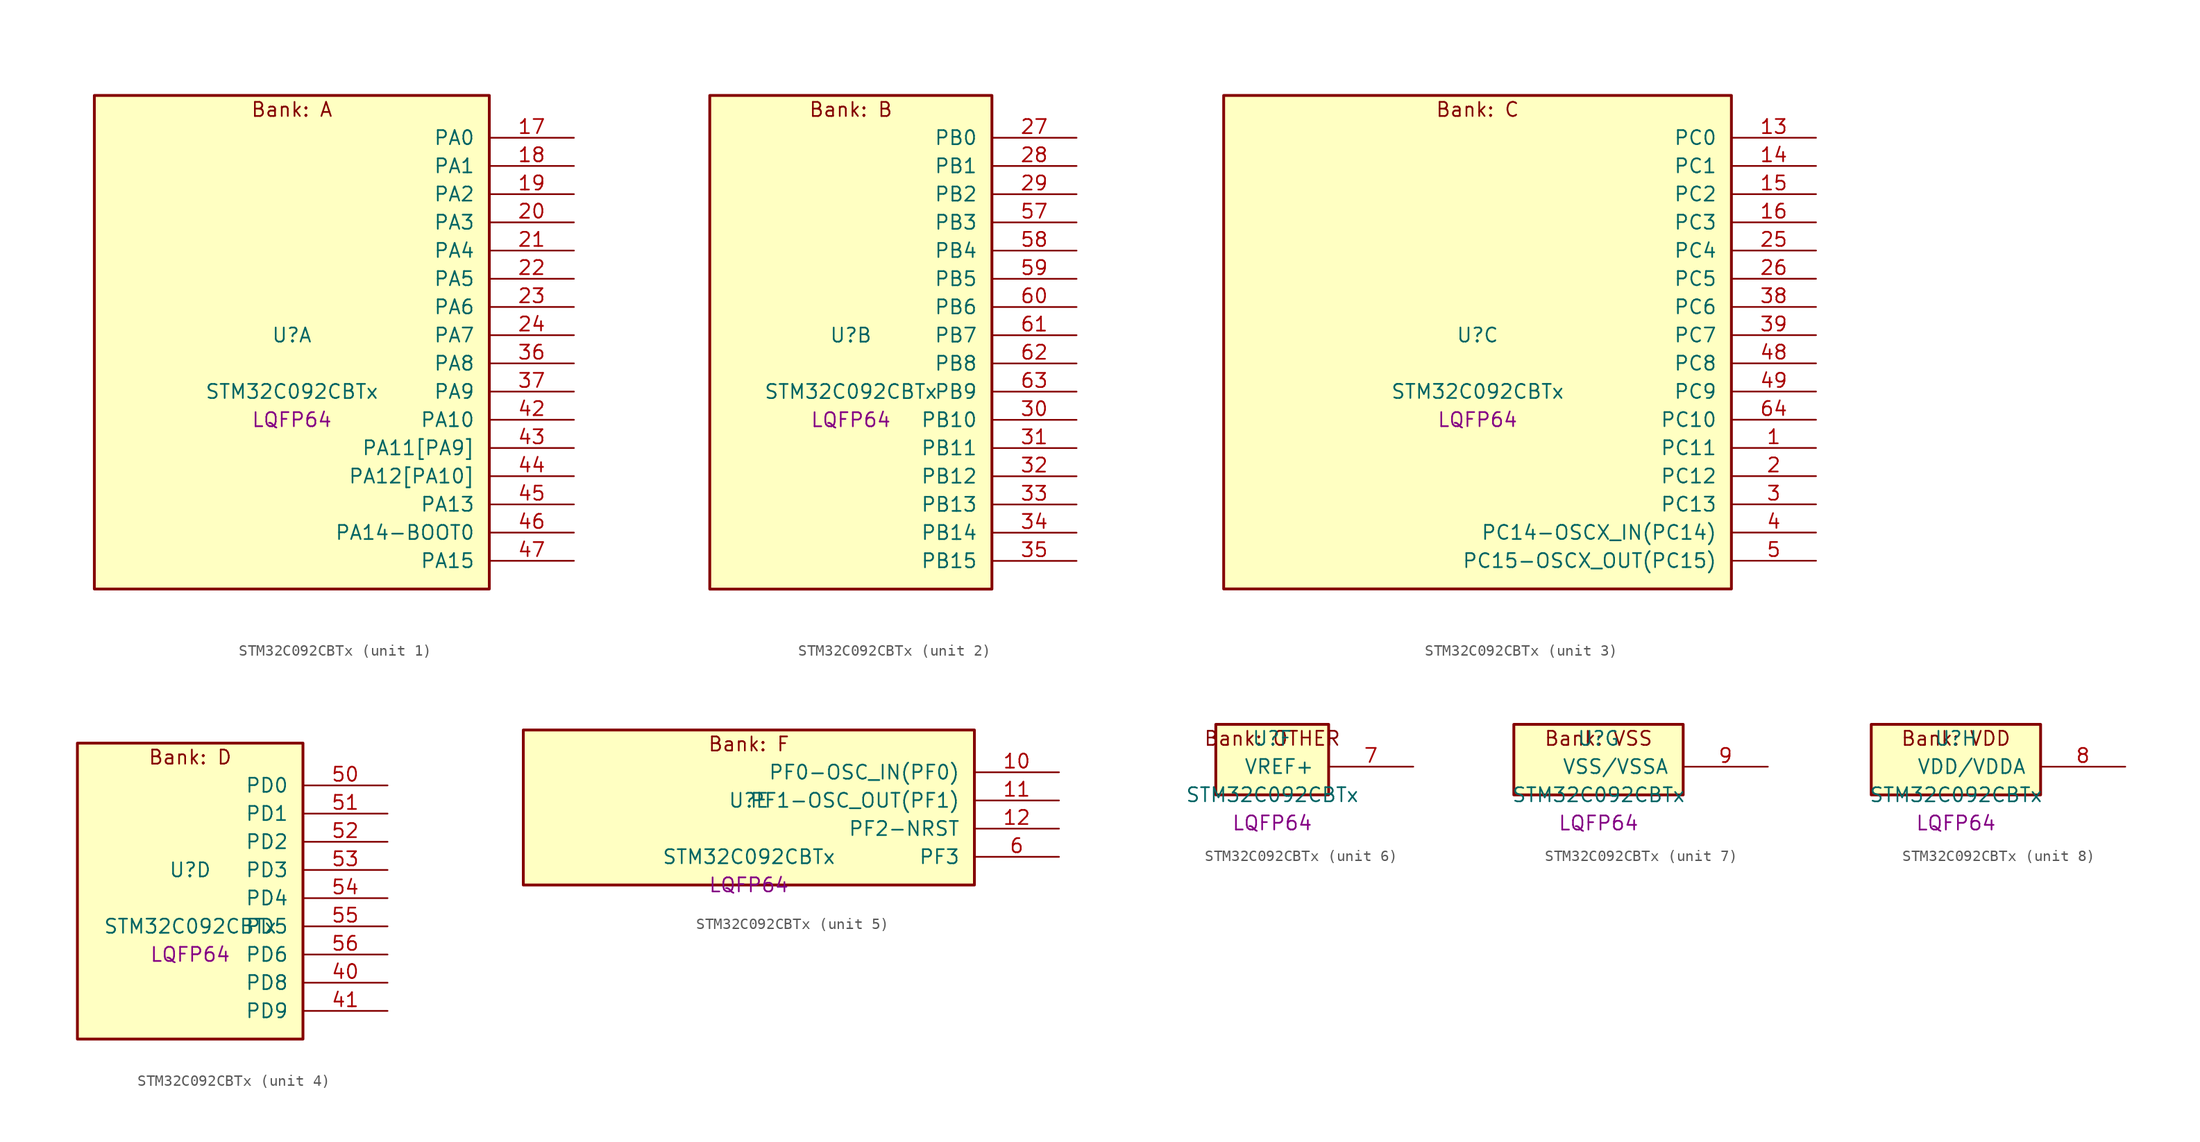
<source format=kicad_sym>
(kicad_symbol_lib
  (version 20241209)
  (generator "stm32_pkl_generator")
  (generator_version "1.0")
  (symbol "STM32C092CBTx"
    (pin_names
      (offset 1.27))
    (property "Reference" "U"
      (at 0 2.54 0))
    (property "Value" "STM32C092CBTx"
      (at 0 -2.54 0))
    (property "Footprint" "LQFP64"
      (at 0 -5.08 0))
    (symbol "STM32C092CBTx_1_1"
      (rectangle (start -17.78 24.13) (end 17.78 -20.32) (stroke (width 0.254) (type solid)) (fill (type background)))
      (text "Bank: A" (at 0 22.86 0))
      (pin bidirectional line (at 25.4 20.32 180) (length 7.62) (name "PA0") (number "17") (alternate "PA0/ADC1_IN0" bidirectional line) (alternate "PA0/PWR_WKUP1" bidirectional line) (alternate "PA0/SPI2_SCK" bidirectional line) (alternate "PA0/TIM16_CH1" bidirectional line) (alternate "PA0/TIM1_CH1" bidirectional line) (alternate "PA0/TIM2_CH1" bidirectional line) (alternate "PA0/TIM2_ETR" bidirectional line) (alternate "PA0/USART1_TX" bidirectional line) (alternate "PA0/USART2_CTS" bidirectional line) (alternate "PA0/USART2_NSS" bidirectional line) (alternate "PA0/USART4_TX" bidirectional line))
      (pin bidirectional line (at 25.4 17.78 180) (length 7.62) (name "PA1") (number "18") (alternate "PA1/ADC1_IN1" bidirectional line) (alternate "PA1/I2C1_SMBA" bidirectional line) (alternate "PA1/I2S1_CK" bidirectional line) (alternate "PA1/SPI1_SCK" bidirectional line) (alternate "PA1/TIM15_CH1N" bidirectional line) (alternate "PA1/TIM17_CH1" bidirectional line) (alternate "PA1/TIM1_CH2" bidirectional line) (alternate "PA1/TIM2_CH2" bidirectional line) (alternate "PA1/USART1_RX" bidirectional line) (alternate "PA1/USART2_CK" bidirectional line) (alternate "PA1/USART2_DE" bidirectional line) (alternate "PA1/USART2_RTS" bidirectional line) (alternate "PA1/USART4_RX" bidirectional line))
      (pin bidirectional line (at 25.4 15.24 180) (length 7.62) (name "PA2") (number "19") (alternate "PA2/ADC1_IN2" bidirectional line) (alternate "PA2/I2S1_SD" bidirectional line) (alternate "PA2/PWR_WKUP4" bidirectional line) (alternate "PA2/RCC_LSCO" bidirectional line) (alternate "PA2/SPI1_MOSI" bidirectional line) (alternate "PA2/TIM15_CH1" bidirectional line) (alternate "PA2/TIM16_CH1N" bidirectional line) (alternate "PA2/TIM1_CH3" bidirectional line) (alternate "PA2/TIM2_CH3" bidirectional line) (alternate "PA2/TIM3_ETR" bidirectional line) (alternate "PA2/USART2_TX" bidirectional line))
      (pin bidirectional line (at 25.4 12.7 180) (length 7.62) (name "PA3") (number "20") (alternate "PA3/ADC1_IN3" bidirectional line) (alternate "PA3/SPI2_MISO" bidirectional line) (alternate "PA3/TIM15_CH2" bidirectional line) (alternate "PA3/TIM1_CH1N" bidirectional line) (alternate "PA3/TIM1_CH4" bidirectional line) (alternate "PA3/TIM2_CH4" bidirectional line) (alternate "PA3/USART2_RX" bidirectional line))
      (pin bidirectional line (at 25.4 10.16 180) (length 7.62) (name "PA4") (number "21") (alternate "PA4/ADC1_IN4" bidirectional line) (alternate "PA4/I2S1_WS" bidirectional line) (alternate "PA4/RTC_OUT2" bidirectional line) (alternate "PA4/SPI1_NSS" bidirectional line) (alternate "PA4/SPI2_MOSI" bidirectional line) (alternate "PA4/TIM14_CH1" bidirectional line) (alternate "PA4/TIM17_CH1N" bidirectional line) (alternate "PA4/TIM1_CH2N" bidirectional line) (alternate "PA4/USART2_TX" bidirectional line))
      (pin bidirectional line (at 25.4 7.62 180) (length 7.62) (name "PA5") (number "22") (alternate "PA5/ADC1_IN5" bidirectional line) (alternate "PA5/I2S1_CK" bidirectional line) (alternate "PA5/SPI1_SCK" bidirectional line) (alternate "PA5/TIM1_CH1" bidirectional line) (alternate "PA5/TIM1_CH3N" bidirectional line) (alternate "PA5/TIM2_CH1" bidirectional line) (alternate "PA5/TIM2_ETR" bidirectional line) (alternate "PA5/USART2_RX" bidirectional line) (alternate "PA5/USART3_TX" bidirectional line))
      (pin bidirectional line (at 25.4 5.08 180) (length 7.62) (name "PA6") (number "23") (alternate "PA6/ADC1_IN6" bidirectional line) (alternate "PA6/I2C2_SDA" bidirectional line) (alternate "PA6/I2S1_MCK" bidirectional line) (alternate "PA6/SPI1_MISO" bidirectional line) (alternate "PA6/TIM16_CH1" bidirectional line) (alternate "PA6/TIM1_BKIN" bidirectional line) (alternate "PA6/TIM3_CH1" bidirectional line) (alternate "PA6/USART3_CTS" bidirectional line) (alternate "PA6/USART3_NSS" bidirectional line))
      (pin bidirectional line (at 25.4 2.54 180) (length 7.62) (name "PA7") (number "24") (alternate "PA7/ADC1_IN7" bidirectional line) (alternate "PA7/I2C2_SCL" bidirectional line) (alternate "PA7/I2S1_SD" bidirectional line) (alternate "PA7/SPI1_MOSI" bidirectional line) (alternate "PA7/TIM14_CH1" bidirectional line) (alternate "PA7/TIM17_CH1" bidirectional line) (alternate "PA7/TIM1_CH1N" bidirectional line) (alternate "PA7/TIM3_CH2" bidirectional line))
      (pin bidirectional line (at 25.4 0 180) (length 7.62) (name "PA8") (number "36") (alternate "PA8/ADC1_IN8" bidirectional line) (alternate "PA8/I2S1_WS" bidirectional line) (alternate "PA8/RCC_MCO" bidirectional line) (alternate "PA8/RCC_MCO_2" bidirectional line) (alternate "PA8/SPI1_NSS" bidirectional line) (alternate "PA8/SPI2_MISO" bidirectional line) (alternate "PA8/SPI2_NSS" bidirectional line) (alternate "PA8/TIM14_CH1" bidirectional line) (alternate "PA8/TIM1_CH1" bidirectional line) (alternate "PA8/TIM1_CH2N" bidirectional line) (alternate "PA8/TIM1_CH3N" bidirectional line) (alternate "PA8/TIM3_CH3" bidirectional line) (alternate "PA8/TIM3_CH4" bidirectional line) (alternate "PA8/USART1_RX" bidirectional line) (alternate "PA8/USART2_TX" bidirectional line))
      (pin bidirectional line (at 25.4 -2.54 180) (length 7.62) (name "PA9") (number "37") (alternate "PA9/I2C1_SCL" bidirectional line) (alternate "PA9/I2C2_SCL" bidirectional line) (alternate "PA9/RCC_MCO" bidirectional line) (alternate "PA9/SPI2_MISO" bidirectional line) (alternate "PA9/TIM15_BKIN" bidirectional line) (alternate "PA9/TIM1_CH2" bidirectional line) (alternate "PA9/TIM3_ETR" bidirectional line) (alternate "PA9/USART1_TX" bidirectional line) (alternate "PA9/NC" bidirectional line))
      (pin bidirectional line (at 25.4 -5.08 180) (length 7.62) (name "PA10") (number "42") (alternate "PA10/I2C1_SDA" bidirectional line) (alternate "PA10/I2C2_SDA" bidirectional line) (alternate "PA10/RCC_MCO_2" bidirectional line) (alternate "PA10/SPI2_MOSI" bidirectional line) (alternate "PA10/TIM17_BKIN" bidirectional line) (alternate "PA10/TIM1_CH3" bidirectional line) (alternate "PA10/USART1_RX" bidirectional line) (alternate "PA10/NC" bidirectional line))
      (pin bidirectional line (at 25.4 -7.62 180) (length 7.62) (name "PA11[PA9]") (number "43") (alternate "PA11[PA9]/ADC1_EXTI11" bidirectional line) (alternate "PA11[PA9]/FDCAN1_RX" bidirectional line) (alternate "PA11[PA9]/I2C2_SCL" bidirectional line) (alternate "PA11[PA9]/I2S1_MCK" bidirectional line) (alternate "PA11[PA9]/SPI1_MISO" bidirectional line) (alternate "PA11[PA9]/TIM1_BKIN2" bidirectional line) (alternate "PA11[PA9]/TIM1_CH4" bidirectional line) (alternate "PA11[PA9]/USART1_CTS" bidirectional line) (alternate "PA11[PA9]/USART1_NSS" bidirectional line) (alternate "PA11[PA9]/PA9[PA11]" bidirectional line) (alternate "PA11[PA9]/I2C1_SCL" bidirectional line) (alternate "PA11[PA9]/RCC_MCO" bidirectional line) (alternate "PA11[PA9]/SPI2_MISO" bidirectional line) (alternate "PA11[PA9]/TIM15_BKIN" bidirectional line) (alternate "PA11[PA9]/TIM1_CH2" bidirectional line) (alternate "PA11[PA9]/TIM3_ETR" bidirectional line) (alternate "PA11[PA9]/USART1_TX" bidirectional line))
      (pin bidirectional line (at 25.4 -10.16 180) (length 7.62) (name "PA12[PA10]") (number "44") (alternate "PA12[PA10]/FDCAN1_TX" bidirectional line) (alternate "PA12[PA10]/I2C2_SDA" bidirectional line) (alternate "PA12[PA10]/I2S1_SD" bidirectional line) (alternate "PA12[PA10]/I2S_CKIN" bidirectional line) (alternate "PA12[PA10]/SPI1_MOSI" bidirectional line) (alternate "PA12[PA10]/TIM1_ETR" bidirectional line) (alternate "PA12[PA10]/USART1_CK" bidirectional line) (alternate "PA12[PA10]/USART1_DE" bidirectional line) (alternate "PA12[PA10]/USART1_RTS" bidirectional line) (alternate "PA12[PA10]/PA10[PA12]" bidirectional line) (alternate "PA12[PA10]/I2C1_SDA" bidirectional line) (alternate "PA12[PA10]/RCC_MCO_2" bidirectional line) (alternate "PA12[PA10]/SPI2_MOSI" bidirectional line) (alternate "PA12[PA10]/TIM17_BKIN" bidirectional line) (alternate "PA12[PA10]/TIM1_CH3" bidirectional line) (alternate "PA12[PA10]/USART1_RX" bidirectional line))
      (pin bidirectional line (at 25.4 -12.7 180) (length 7.62) (name "PA13") (number "45") (alternate "PA13/ADC1_IN13" bidirectional line) (alternate "PA13/DEBUG_SWDIO" bidirectional line) (alternate "PA13/IR_OUT" bidirectional line) (alternate "PA13/TIM3_ETR" bidirectional line) (alternate "PA13/USART2_RX" bidirectional line))
      (pin bidirectional line (at 25.4 -15.24 180) (length 7.62) (name "PA14-BOOT0") (number "46") (alternate "PA14-BOOT0/ADC1_IN14" bidirectional line) (alternate "PA14-BOOT0/BOOT0" bidirectional line) (alternate "PA14-BOOT0/DEBUG_SWCLK" bidirectional line) (alternate "PA14-BOOT0/I2S1_WS" bidirectional line) (alternate "PA14-BOOT0/RCC_MCO_2" bidirectional line) (alternate "PA14-BOOT0/SPI1_NSS" bidirectional line) (alternate "PA14-BOOT0/TIM1_CH1" bidirectional line) (alternate "PA14-BOOT0/USART1_CK" bidirectional line) (alternate "PA14-BOOT0/USART1_DE" bidirectional line) (alternate "PA14-BOOT0/USART1_RTS" bidirectional line) (alternate "PA14-BOOT0/USART2_RX" bidirectional line) (alternate "PA14-BOOT0/USART2_TX" bidirectional line))
      (pin bidirectional line (at 25.4 -17.78 180) (length 7.62) (name "PA15") (number "47") (alternate "PA15/I2S1_WS" bidirectional line) (alternate "PA15/RCC_MCO_2" bidirectional line) (alternate "PA15/SPI1_NSS" bidirectional line) (alternate "PA15/TIM1_CH1" bidirectional line) (alternate "PA15/TIM2_CH1" bidirectional line) (alternate "PA15/TIM2_ETR" bidirectional line) (alternate "PA15/USART1_CK" bidirectional line) (alternate "PA15/USART1_DE" bidirectional line) (alternate "PA15/USART1_RTS" bidirectional line) (alternate "PA15/USART2_RX" bidirectional line) (alternate "PA15/USART3_CK" bidirectional line) (alternate "PA15/USART3_DE" bidirectional line) (alternate "PA15/USART3_RTS" bidirectional line) (alternate "PA15/USART4_CK" bidirectional line) (alternate "PA15/USART4_DE" bidirectional line) (alternate "PA15/USART4_RTS" bidirectional line)))
    (symbol "STM32C092CBTx_2_1"
      (rectangle (start -12.7 24.13) (end 12.7 -20.32) (stroke (width 0.254) (type solid)) (fill (type background)))
      (text "Bank: B" (at 0 22.86 0))
      (pin bidirectional line (at 20.32 20.32 180) (length 7.62) (name "PB0") (number "27") (alternate "PB0/ADC1_IN17" bidirectional line) (alternate "PB0/FDCAN1_RX" bidirectional line) (alternate "PB0/I2S1_WS" bidirectional line) (alternate "PB0/SPI1_NSS" bidirectional line) (alternate "PB0/TIM1_CH2N" bidirectional line) (alternate "PB0/TIM3_CH3" bidirectional line) (alternate "PB0/USART3_RX" bidirectional line))
      (pin bidirectional line (at 20.32 17.78 180) (length 7.62) (name "PB1") (number "28") (alternate "PB1/ADC1_IN18" bidirectional line) (alternate "PB1/FDCAN1_TX" bidirectional line) (alternate "PB1/TIM14_CH1" bidirectional line) (alternate "PB1/TIM1_CH2N" bidirectional line) (alternate "PB1/TIM1_CH3N" bidirectional line) (alternate "PB1/TIM3_CH4" bidirectional line) (alternate "PB1/USART3_CK" bidirectional line) (alternate "PB1/USART3_DE" bidirectional line) (alternate "PB1/USART3_RTS" bidirectional line))
      (pin bidirectional line (at 20.32 15.24 180) (length 7.62) (name "PB2") (number "29") (alternate "PB2/ADC1_IN19" bidirectional line) (alternate "PB2/RCC_MCO_2" bidirectional line) (alternate "PB2/SPI2_MISO" bidirectional line) (alternate "PB2/USART1_RX" bidirectional line) (alternate "PB2/USART3_TX" bidirectional line))
      (pin bidirectional line (at 20.32 12.7 180) (length 7.62) (name "PB3") (number "57") (alternate "PB3/I2C2_SCL" bidirectional line) (alternate "PB3/I2S1_CK" bidirectional line) (alternate "PB3/SPI1_SCK" bidirectional line) (alternate "PB3/TIM1_CH2" bidirectional line) (alternate "PB3/TIM2_CH2" bidirectional line) (alternate "PB3/TIM3_CH2" bidirectional line) (alternate "PB3/USART1_CK" bidirectional line) (alternate "PB3/USART1_DE" bidirectional line) (alternate "PB3/USART1_RTS" bidirectional line))
      (pin bidirectional line (at 20.32 10.16 180) (length 7.62) (name "PB4") (number "58") (alternate "PB4/I2C2_SDA" bidirectional line) (alternate "PB4/I2S1_MCK" bidirectional line) (alternate "PB4/SPI1_MISO" bidirectional line) (alternate "PB4/TIM17_BKIN" bidirectional line) (alternate "PB4/TIM3_CH1" bidirectional line) (alternate "PB4/USART1_CTS" bidirectional line) (alternate "PB4/USART1_NSS" bidirectional line))
      (pin bidirectional line (at 20.32 7.62 180) (length 7.62) (name "PB5") (number "59") (alternate "PB5/FDCAN1_RX" bidirectional line) (alternate "PB5/I2C1_SMBA" bidirectional line) (alternate "PB5/I2S1_SD" bidirectional line) (alternate "PB5/PWR_WKUP6" bidirectional line) (alternate "PB5/SPI1_MOSI" bidirectional line) (alternate "PB5/TIM16_BKIN" bidirectional line) (alternate "PB5/TIM3_CH2" bidirectional line) (alternate "PB5/TIM3_CH3" bidirectional line))
      (pin bidirectional line (at 20.32 5.08 180) (length 7.62) (name "PB6") (number "60") (alternate "PB6/FDCAN1_TX" bidirectional line) (alternate "PB6/I2C1_SCL" bidirectional line) (alternate "PB6/I2C1_SMBA" bidirectional line) (alternate "PB6/I2S1_CK" bidirectional line) (alternate "PB6/I2S1_MCK" bidirectional line) (alternate "PB6/I2S1_SD" bidirectional line) (alternate "PB6/PWR_WKUP3" bidirectional line) (alternate "PB6/SPI1_MISO" bidirectional line) (alternate "PB6/SPI1_MOSI" bidirectional line) (alternate "PB6/SPI1_SCK" bidirectional line) (alternate "PB6/SPI2_MISO" bidirectional line) (alternate "PB6/TIM16_BKIN" bidirectional line) (alternate "PB6/TIM16_CH1N" bidirectional line) (alternate "PB6/TIM1_CH2" bidirectional line) (alternate "PB6/TIM1_CH3" bidirectional line) (alternate "PB6/TIM3_CH1" bidirectional line) (alternate "PB6/TIM3_CH2" bidirectional line) (alternate "PB6/TIM3_CH3" bidirectional line) (alternate "PB6/USART1_CTS" bidirectional line) (alternate "PB6/USART1_NSS" bidirectional line) (alternate "PB6/USART1_TX" bidirectional line))
      (pin bidirectional line (at 20.32 2.54 180) (length 7.62) (name "PB7") (number "61") (alternate "PB7/I2C1_SCL" bidirectional line) (alternate "PB7/I2C1_SDA" bidirectional line) (alternate "PB7/SPI2_MOSI" bidirectional line) (alternate "PB7/TIM16_CH1" bidirectional line) (alternate "PB7/TIM17_CH1N" bidirectional line) (alternate "PB7/TIM1_CH4" bidirectional line) (alternate "PB7/TIM3_CH1" bidirectional line) (alternate "PB7/TIM3_CH4" bidirectional line) (alternate "PB7/USART1_RX" bidirectional line) (alternate "PB7/USART2_CTS" bidirectional line) (alternate "PB7/USART2_NSS" bidirectional line) (alternate "PB7/USART4_CTS" bidirectional line) (alternate "PB7/USART4_NSS" bidirectional line))
      (pin bidirectional line (at 20.32 0 180) (length 7.62) (name "PB8") (number "62") (alternate "PB8/FDCAN1_RX" bidirectional line) (alternate "PB8/I2C1_SCL" bidirectional line) (alternate "PB8/SPI2_SCK" bidirectional line) (alternate "PB8/TIM15_BKIN" bidirectional line) (alternate "PB8/TIM16_CH1" bidirectional line) (alternate "PB8/TIM3_CH1" bidirectional line) (alternate "PB8/USART2_CTS" bidirectional line) (alternate "PB8/USART2_NSS" bidirectional line) (alternate "PB8/USART3_TX" bidirectional line))
      (pin bidirectional line (at 20.32 -2.54 180) (length 7.62) (name "PB9") (number "63") (alternate "PB9/FDCAN1_TX" bidirectional line) (alternate "PB9/I2C1_SDA" bidirectional line) (alternate "PB9/IR_OUT" bidirectional line) (alternate "PB9/SPI2_NSS" bidirectional line) (alternate "PB9/TIM17_CH1" bidirectional line) (alternate "PB9/TIM3_CH2" bidirectional line) (alternate "PB9/USART2_CK" bidirectional line) (alternate "PB9/USART2_DE" bidirectional line) (alternate "PB9/USART2_RTS" bidirectional line) (alternate "PB9/USART3_RX" bidirectional line))
      (pin bidirectional line (at 20.32 -5.08 180) (length 7.62) (name "PB10") (number "30") (alternate "PB10/ADC1_IN20" bidirectional line) (alternate "PB10/I2C2_SCL" bidirectional line) (alternate "PB10/SPI2_SCK" bidirectional line) (alternate "PB10/TIM2_CH3" bidirectional line) (alternate "PB10/USART3_TX" bidirectional line))
      (pin bidirectional line (at 20.32 -7.62 180) (length 7.62) (name "PB11") (number "31") (alternate "PB11/ADC1_EXTI11" bidirectional line) (alternate "PB11/ADC1_IN21" bidirectional line) (alternate "PB11/I2C2_SDA" bidirectional line) (alternate "PB11/SPI2_MOSI" bidirectional line) (alternate "PB11/TIM2_CH4" bidirectional line) (alternate "PB11/USART3_RX" bidirectional line))
      (pin bidirectional line (at 20.32 -10.16 180) (length 7.62) (name "PB12") (number "32") (alternate "PB12/ADC1_IN22" bidirectional line) (alternate "PB12/FDCAN1_RX" bidirectional line) (alternate "PB12/SPI2_NSS" bidirectional line) (alternate "PB12/TIM15_BKIN" bidirectional line) (alternate "PB12/TIM1_BKIN" bidirectional line) (alternate "PB12/TIM1_BKIN2" bidirectional line))
      (pin bidirectional line (at 20.32 -12.7 180) (length 7.62) (name "PB13") (number "33") (alternate "PB13/FDCAN1_TX" bidirectional line) (alternate "PB13/I2C2_SCL" bidirectional line) (alternate "PB13/SPI2_SCK" bidirectional line) (alternate "PB13/TIM15_CH1N" bidirectional line) (alternate "PB13/TIM1_CH1N" bidirectional line) (alternate "PB13/USART3_CTS" bidirectional line) (alternate "PB13/USART3_NSS" bidirectional line))
      (pin bidirectional line (at 20.32 -15.24 180) (length 7.62) (name "PB14") (number "34") (alternate "PB14/I2C2_SDA" bidirectional line) (alternate "PB14/SPI2_MISO" bidirectional line) (alternate "PB14/TIM15_CH1" bidirectional line) (alternate "PB14/TIM1_CH2N" bidirectional line) (alternate "PB14/USART3_CK" bidirectional line) (alternate "PB14/USART3_DE" bidirectional line) (alternate "PB14/USART3_RTS" bidirectional line))
      (pin bidirectional line (at 20.32 -17.78 180) (length 7.62) (name "PB15") (number "35") (alternate "PB15/RTC_REFIN" bidirectional line) (alternate "PB15/SPI2_MOSI" bidirectional line) (alternate "PB15/TIM15_CH1N" bidirectional line) (alternate "PB15/TIM15_CH2" bidirectional line) (alternate "PB15/TIM1_CH3N" bidirectional line)))
    (symbol "STM32C092CBTx_3_1"
      (rectangle (start -22.86 24.13) (end 22.86 -20.32) (stroke (width 0.254) (type solid)) (fill (type background)))
      (text "Bank: C" (at 0 22.86 0))
      (pin bidirectional line (at 30.48 20.32 180) (length 7.62) (name "PC0") (number "13") (alternate "PC0/USART3_TX" bidirectional line) (alternate "PC0/USART4_RX" bidirectional line))
      (pin bidirectional line (at 30.48 17.78 180) (length 7.62) (name "PC1") (number "14") (alternate "PC1/TIM15_CH1" bidirectional line) (alternate "PC1/USART3_RX" bidirectional line) (alternate "PC1/USART4_TX" bidirectional line))
      (pin bidirectional line (at 30.48 15.24 180) (length 7.62) (name "PC2") (number "15") (alternate "PC2/FDCAN1_RX" bidirectional line) (alternate "PC2/SPI2_MISO" bidirectional line) (alternate "PC2/TIM15_CH2" bidirectional line))
      (pin bidirectional line (at 30.48 12.7 180) (length 7.62) (name "PC3") (number "16") (alternate "PC3/FDCAN1_TX" bidirectional line) (alternate "PC3/SPI2_MOSI" bidirectional line))
      (pin bidirectional line (at 30.48 10.16 180) (length 7.62) (name "PC4") (number "25") (alternate "PC4/ADC1_IN11" bidirectional line) (alternate "PC4/FDCAN1_RX" bidirectional line) (alternate "PC4/TIM2_CH1" bidirectional line) (alternate "PC4/TIM2_ETR" bidirectional line) (alternate "PC4/USART1_TX" bidirectional line) (alternate "PC4/USART3_TX" bidirectional line))
      (pin bidirectional line (at 30.48 7.62 180) (length 7.62) (name "PC5") (number "26") (alternate "PC5/ADC1_IN12" bidirectional line) (alternate "PC5/FDCAN1_TX" bidirectional line) (alternate "PC5/PWR_WKUP5" bidirectional line) (alternate "PC5/TIM2_CH2" bidirectional line) (alternate "PC5/USART1_RX" bidirectional line) (alternate "PC5/USART3_RX" bidirectional line))
      (pin bidirectional line (at 30.48 5.08 180) (length 7.62) (name "PC6") (number "38") (alternate "PC6/TIM2_CH3" bidirectional line) (alternate "PC6/TIM3_CH1" bidirectional line))
      (pin bidirectional line (at 30.48 2.54 180) (length 7.62) (name "PC7") (number "39") (alternate "PC7/TIM2_CH4" bidirectional line) (alternate "PC7/TIM3_CH2" bidirectional line))
      (pin bidirectional line (at 30.48 0 180) (length 7.62) (name "PC8") (number "48") (alternate "PC8/TIM1_CH1" bidirectional line) (alternate "PC8/TIM3_CH3" bidirectional line))
      (pin bidirectional line (at 30.48 -2.54 180) (length 7.62) (name "PC9") (number "49") (alternate "PC9/I2S_CKIN" bidirectional line) (alternate "PC9/TIM1_CH2" bidirectional line) (alternate "PC9/TIM3_CH4" bidirectional line))
      (pin bidirectional line (at 30.48 -5.08 180) (length 7.62) (name "PC10") (number "64") (alternate "PC10/TIM1_CH3" bidirectional line) (alternate "PC10/USART3_TX" bidirectional line) (alternate "PC10/USART4_TX" bidirectional line))
      (pin bidirectional line (at 30.48 -7.62 180) (length 7.62) (name "PC11") (number "1") (alternate "PC11/ADC1_EXTI11" bidirectional line) (alternate "PC11/TIM1_CH4" bidirectional line) (alternate "PC11/USART3_RX" bidirectional line) (alternate "PC11/USART4_RX" bidirectional line))
      (pin bidirectional line (at 30.48 -10.16 180) (length 7.62) (name "PC12") (number "2") (alternate "PC12/TIM14_CH1" bidirectional line))
      (pin bidirectional line (at 30.48 -12.7 180) (length 7.62) (name "PC13") (number "3") (alternate "PC13/PWR_WKUP2" bidirectional line) (alternate "PC13/RTC_OUT1" bidirectional line) (alternate "PC13/RTC_TS" bidirectional line) (alternate "PC13/TIM1_BKIN" bidirectional line) (alternate "PC13/TIM1_ETR" bidirectional line))
      (pin bidirectional line (at 30.48 -15.24 180) (length 7.62) (name "PC14-OSCX_IN(PC14)") (number "4") (alternate "PC14-OSCX_IN(PC14)/FDCAN1_TX" bidirectional line) (alternate "PC14-OSCX_IN(PC14)/I2C1_SDA" bidirectional line) (alternate "PC14-OSCX_IN(PC14)/IR_OUT" bidirectional line) (alternate "PC14-OSCX_IN(PC14)/RCC_OSCX_IN" bidirectional line) (alternate "PC14-OSCX_IN(PC14)/SPI2_NSS" bidirectional line) (alternate "PC14-OSCX_IN(PC14)/TIM17_CH1" bidirectional line) (alternate "PC14-OSCX_IN(PC14)/TIM1_BKIN2" bidirectional line) (alternate "PC14-OSCX_IN(PC14)/TIM1_ETR" bidirectional line) (alternate "PC14-OSCX_IN(PC14)/TIM3_CH2" bidirectional line) (alternate "PC14-OSCX_IN(PC14)/USART1_TX" bidirectional line) (alternate "PC14-OSCX_IN(PC14)/USART2_CK" bidirectional line) (alternate "PC14-OSCX_IN(PC14)/USART2_DE" bidirectional line) (alternate "PC14-OSCX_IN(PC14)/USART2_RTS" bidirectional line) (alternate "PC14-OSCX_IN(PC14)/USART3_TX" bidirectional line))
      (pin bidirectional line (at 30.48 -17.78 180) (length 7.62) (name "PC15-OSCX_OUT(PC15)") (number "5") (alternate "PC15-OSCX_OUT(PC15)/RCC_OSC32_EN" bidirectional line) (alternate "PC15-OSCX_OUT(PC15)/RCC_OSCX_OUT" bidirectional line) (alternate "PC15-OSCX_OUT(PC15)/RCC_OSC_EN" bidirectional line) (alternate "PC15-OSCX_OUT(PC15)/TIM15_BKIN" bidirectional line) (alternate "PC15-OSCX_OUT(PC15)/TIM1_ETR" bidirectional line) (alternate "PC15-OSCX_OUT(PC15)/TIM3_CH3" bidirectional line)))
    (symbol "STM32C092CBTx_4_1"
      (rectangle (start -10.16 13.97) (end 10.16 -12.7) (stroke (width 0.254) (type solid)) (fill (type background)))
      (text "Bank: D" (at 0 12.7 0))
      (pin bidirectional line (at 17.78 10.16 180) (length 7.62) (name "PD0") (number "50") (alternate "PD0/FDCAN1_RX" bidirectional line) (alternate "PD0/SPI2_NSS" bidirectional line) (alternate "PD0/TIM16_CH1" bidirectional line))
      (pin bidirectional line (at 17.78 7.62 180) (length 7.62) (name "PD1") (number "51") (alternate "PD1/FDCAN1_TX" bidirectional line) (alternate "PD1/SPI2_SCK" bidirectional line) (alternate "PD1/TIM17_CH1" bidirectional line))
      (pin bidirectional line (at 17.78 5.08 180) (length 7.62) (name "PD2") (number "52") (alternate "PD2/TIM1_CH1N" bidirectional line) (alternate "PD2/TIM3_ETR" bidirectional line) (alternate "PD2/USART3_CK" bidirectional line) (alternate "PD2/USART3_DE" bidirectional line) (alternate "PD2/USART3_RTS" bidirectional line))
      (pin bidirectional line (at 17.78 2.54 180) (length 7.62) (name "PD3") (number "53") (alternate "PD3/SPI2_MISO" bidirectional line) (alternate "PD3/TIM1_CH2N" bidirectional line) (alternate "PD3/USART2_CTS" bidirectional line) (alternate "PD3/USART2_NSS" bidirectional line))
      (pin bidirectional line (at 17.78 0 180) (length 7.62) (name "PD4") (number "54") (alternate "PD4/SPI2_MOSI" bidirectional line) (alternate "PD4/TIM1_CH3N" bidirectional line) (alternate "PD4/USART2_CK" bidirectional line) (alternate "PD4/USART2_DE" bidirectional line) (alternate "PD4/USART2_RTS" bidirectional line))
      (pin bidirectional line (at 17.78 -2.54 180) (length 7.62) (name "PD5") (number "55") (alternate "PD5/I2S1_MCK" bidirectional line) (alternate "PD5/SPI1_MISO" bidirectional line) (alternate "PD5/TIM1_BKIN" bidirectional line) (alternate "PD5/USART2_TX" bidirectional line))
      (pin bidirectional line (at 17.78 -5.08 180) (length 7.62) (name "PD6") (number "56") (alternate "PD6/I2S1_SD" bidirectional line) (alternate "PD6/SPI1_MOSI" bidirectional line) (alternate "PD6/USART2_RX" bidirectional line))
      (pin bidirectional line (at 17.78 -7.62 180) (length 7.62) (name "PD8") (number "40") (alternate "PD8/I2S1_CK" bidirectional line) (alternate "PD8/SPI1_SCK" bidirectional line) (alternate "PD8/USART3_TX" bidirectional line))
      (pin bidirectional line (at 17.78 -10.16 180) (length 7.62) (name "PD9") (number "41") (alternate "PD9/I2S1_WS" bidirectional line) (alternate "PD9/SPI1_NSS" bidirectional line) (alternate "PD9/TIM1_BKIN2" bidirectional line) (alternate "PD9/USART3_RX" bidirectional line)))
    (symbol "STM32C092CBTx_5_1"
      (rectangle (start -20.32 8.89) (end 20.32 -5.08) (stroke (width 0.254) (type solid)) (fill (type background)))
      (text "Bank: F" (at 0 7.62 0))
      (pin bidirectional line (at 27.94 5.08 180) (length 7.62) (name "PF0-OSC_IN(PF0)") (number "10") (alternate "PF0-OSC_IN(PF0)/RCC_OSC_IN" bidirectional line) (alternate "PF0-OSC_IN(PF0)/TIM14_CH1" bidirectional line))
      (pin bidirectional line (at 27.94 2.54 180) (length 7.62) (name "PF1-OSC_OUT(PF1)") (number "11") (alternate "PF1-OSC_OUT(PF1)/RCC_OSC_EN" bidirectional line) (alternate "PF1-OSC_OUT(PF1)/RCC_OSC_OUT" bidirectional line) (alternate "PF1-OSC_OUT(PF1)/TIM15_CH1N" bidirectional line))
      (pin bidirectional line (at 27.94 0 180) (length 7.62) (name "PF2-NRST") (number "12") (alternate "PF2-NRST/RCC_MCO" bidirectional line) (alternate "PF2-NRST/TIM1_CH4" bidirectional line))
      (pin bidirectional line (at 27.94 -2.54 180) (length 7.62) (name "PF3") (number "6")))
    (symbol "STM32C092CBTx_6_1"
      (rectangle (start -5.08 3.81) (end 5.08 -2.54) (stroke (width 0.254) (type solid)) (fill (type background)))
      (text "Bank: OTHER" (at 0 2.54 0))
      (pin bidirectional line (at 12.7 0 180) (length 7.62) (name "VREF+") (number "7")))
    (symbol "STM32C092CBTx_7_1"
      (rectangle (start -7.62 3.81) (end 7.62 -2.54) (stroke (width 0.254) (type solid)) (fill (type background)))
      (text "Bank: VSS" (at 0 2.54 0))
      (pin power_in line (at 15.24 0 180) (length 7.62) (name "VSS/VSSA") (number "9")))
    (symbol "STM32C092CBTx_8_1"
      (rectangle (start -7.62 3.81) (end 7.62 -2.54) (stroke (width 0.254) (type solid)) (fill (type background)))
      (text "Bank: VDD" (at 0 2.54 0))
      (pin power_in line (at 15.24 0 180) (length 7.62) (name "VDD/VDDA") (number "8")))))
</source>
